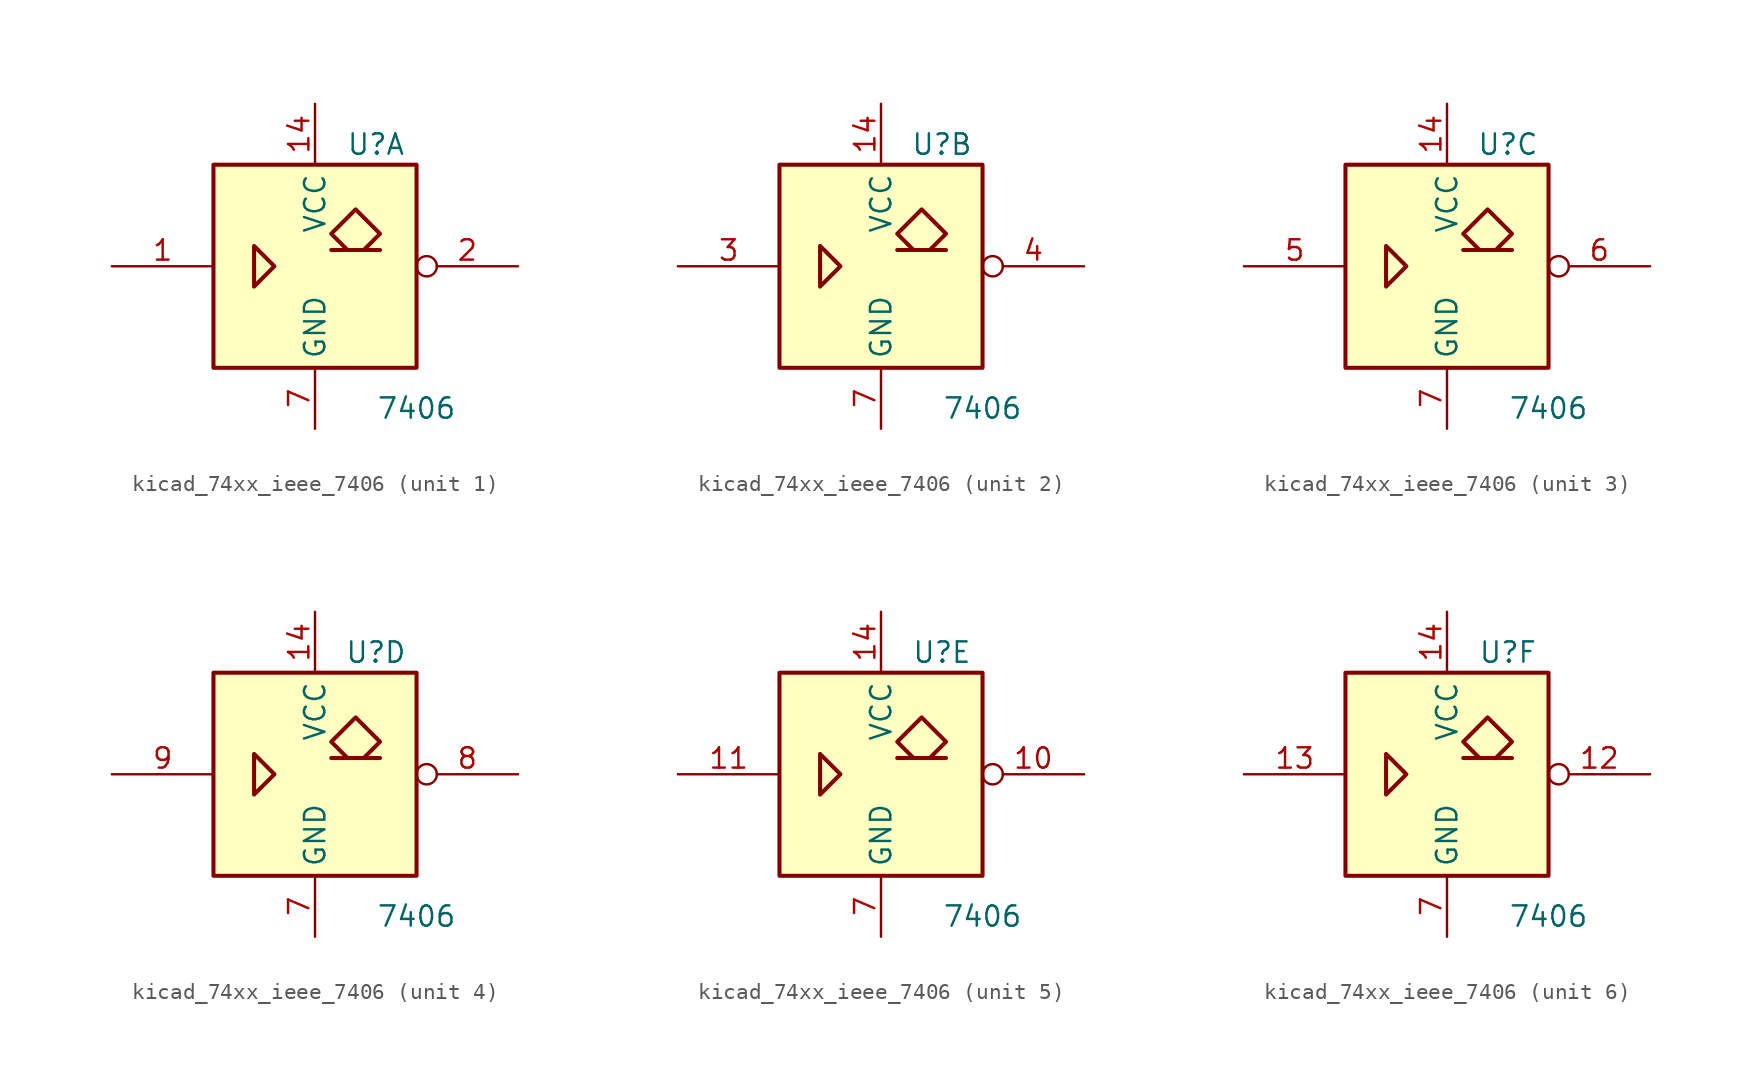
<source format=kicad_sym>
(kicad_symbol_lib
  (version 20220914)
  (generator kicad_symbol_editor)
  (symbol "kicad_74xx_ieee_7406"
    (property "Reference" "U"
      (at 3.81 7.62 0)
      (effects (font (size 1.27 1.27))))
    (property "Value" "7406"
      (at 6.35 -8.89 0)
      (effects (font (size 1.27 1.27))))
    (symbol "kicad_74xx_ieee_7406_0_0"
      (polyline (pts (xy -3.81 1.27) (xy -3.81 -1.27) (xy -2.54 0) (xy -3.81 1.27) (xy -3.81 1.27)) (stroke (width 0.254) (type default)) (fill (type background)))
      (polyline (pts (xy 3.048 1.016) (xy 4.064 2.032) (xy 2.54 3.556) (xy 1.016 2.032) (xy 2.032 1.016) (xy 1.016 1.016) (xy 4.064 1.016) (xy 4.064 1.016)) (stroke (width 0.254) (type default)) (fill (type background))))
    (symbol "kicad_74xx_ieee_7406_0_1"
      (rectangle (start -6.35 6.35) (end 6.35 -6.35) (stroke (width 0.254) (type default)) (fill (type background)))
      (pin power_in line (at 0 10.16 270) (length 3.81) (name "VCC" (effects (font (size 1.27 1.27)))) (number "14" (effects (font (size 1.27 1.27)))))
      (pin power_in line (at 0 -10.16 90) (length 3.81) (name "GND" (effects (font (size 1.27 1.27)))) (number "7" (effects (font (size 1.27 1.27))))))
    (symbol "kicad_74xx_ieee_7406_1_1"
      (pin input line (at -12.7 0 0) (length 6.35) (name "~" (effects (font (size 1.27 1.27)))) (number "1" (effects (font (size 1.27 1.27)))))
      (pin open_collector inverted (at 12.7 0 180) (length 6.35) (name "~" (effects (font (size 1.27 1.27)))) (number "2" (effects (font (size 1.27 1.27))))))
    (symbol "kicad_74xx_ieee_7406_2_1"
      (pin input line (at -12.7 0 0) (length 6.35) (name "~" (effects (font (size 1.27 1.27)))) (number "3" (effects (font (size 1.27 1.27)))))
      (pin open_collector inverted (at 12.7 0 180) (length 6.35) (name "~" (effects (font (size 1.27 1.27)))) (number "4" (effects (font (size 1.27 1.27))))))
    (symbol "kicad_74xx_ieee_7406_3_1"
      (pin input line (at -12.7 0 0) (length 6.35) (name "~" (effects (font (size 1.27 1.27)))) (number "5" (effects (font (size 1.27 1.27)))))
      (pin open_collector inverted (at 12.7 0 180) (length 6.35) (name "~" (effects (font (size 1.27 1.27)))) (number "6" (effects (font (size 1.27 1.27))))))
    (symbol "kicad_74xx_ieee_7406_4_1"
      (pin open_collector inverted (at 12.7 0 180) (length 6.35) (name "~" (effects (font (size 1.27 1.27)))) (number "8" (effects (font (size 1.27 1.27)))))
      (pin input line (at -12.7 0 0) (length 6.35) (name "~" (effects (font (size 1.27 1.27)))) (number "9" (effects (font (size 1.27 1.27))))))
    (symbol "kicad_74xx_ieee_7406_5_1"
      (pin open_collector inverted (at 12.7 0 180) (length 6.35) (name "~" (effects (font (size 1.27 1.27)))) (number "10" (effects (font (size 1.27 1.27)))))
      (pin input line (at -12.7 0 0) (length 6.35) (name "~" (effects (font (size 1.27 1.27)))) (number "11" (effects (font (size 1.27 1.27))))))
    (symbol "kicad_74xx_ieee_7406_6_1"
      (pin open_collector inverted (at 12.7 0 180) (length 6.35) (name "~" (effects (font (size 1.27 1.27)))) (number "12" (effects (font (size 1.27 1.27)))))
      (pin input line (at -12.7 0 0) (length 6.35) (name "~" (effects (font (size 1.27 1.27)))) (number "13" (effects (font (size 1.27 1.27))))))))
</source>
